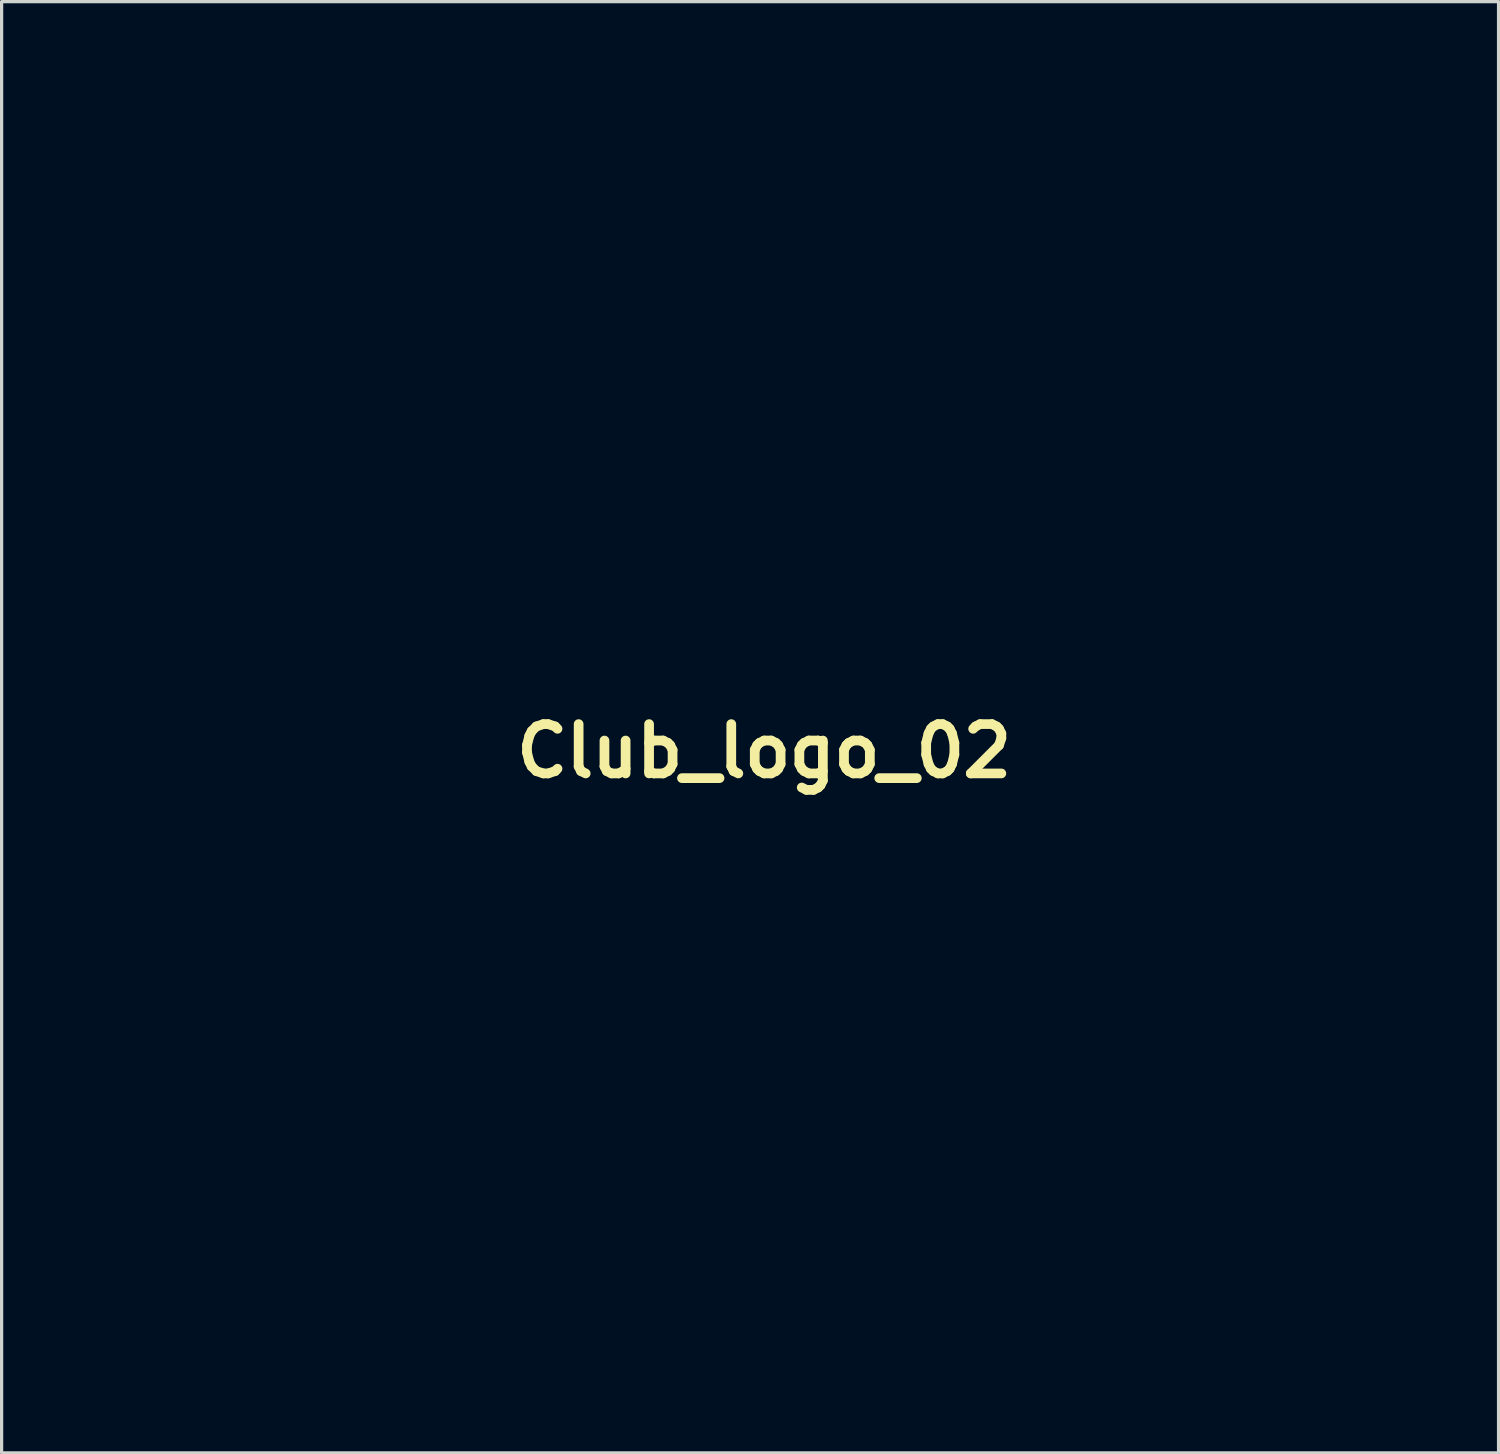
<source format=kicad_pcb>
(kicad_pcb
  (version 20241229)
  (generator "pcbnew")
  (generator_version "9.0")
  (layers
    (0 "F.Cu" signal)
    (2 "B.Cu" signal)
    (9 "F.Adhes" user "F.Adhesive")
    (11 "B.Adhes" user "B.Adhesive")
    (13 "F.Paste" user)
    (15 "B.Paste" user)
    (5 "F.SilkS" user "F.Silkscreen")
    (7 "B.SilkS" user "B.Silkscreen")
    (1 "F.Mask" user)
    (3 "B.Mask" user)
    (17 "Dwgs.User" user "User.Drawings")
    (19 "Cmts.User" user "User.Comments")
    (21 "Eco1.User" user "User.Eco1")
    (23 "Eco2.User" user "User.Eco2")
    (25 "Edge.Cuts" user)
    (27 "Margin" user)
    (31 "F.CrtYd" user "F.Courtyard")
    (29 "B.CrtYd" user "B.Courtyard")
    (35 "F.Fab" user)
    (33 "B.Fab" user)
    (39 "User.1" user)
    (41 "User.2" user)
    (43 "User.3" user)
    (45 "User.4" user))
  (footprint "Club_logo_02"
    (layer "F.Cu")
    (at 20.565 20.162)
    (property "Reference" "Club_logo_02" (at 0 0 0) (layer "F.SilkS") (effects (font (size 1.524 1.524) (thickness 0.3))))
    (attr through_hole)
    (fp_poly (pts (xy -14.354 18.681) (xy -15.627 18.681) (xy -15.627 16.848) (xy -16.187 16.848) (xy -16.187 18.477) (xy -17.408 18.477) (xy -17.408 16.848) (xy -20.412 16.848) (xy -20.412 15.627) (xy -17.408 15.627) (xy -17.408 13.998) (xy -16.187 13.998) (xy -16.187 15.627) (xy -15.627 15.627) (xy -15.627 13.743) (xy -14.354 13.743) (xy -14.354 18.681)) (stroke (width 0.01) (type solid)) (fill yes) (layer "F.Mask"))
    (fp_poly (pts (xy -14.354 8.988) (xy -18.273 11.835) (xy -14.354 11.861) (xy -14.354 13.082) (xy -20.412 13.082) (xy -20.408 11.835) (xy -19.566 11.231) (xy -18.724 10.627) (xy -19.568 9.814) (xy -20.403 9.01) (xy -18.602 9.01) (xy -18.171 9.443) (xy -17.999 9.609) (xy -17.849 9.742) (xy -17.737 9.828) (xy -17.68 9.853) (xy -17.679 9.853) (xy -17.617 9.815) (xy -17.49 9.73) (xy -17.319 9.609) (xy -17.12 9.465) (xy -17.119 9.464) (xy -16.921 9.319) (xy -16.752 9.193) (xy -16.63 9.1) (xy -16.571 9.054) (xy -16.571 9.054) (xy -16.604 9.04) (xy -16.726 9.028) (xy -16.925 9.019) (xy -17.188 9.012) (xy -17.503 9.01) (xy -17.563 9.01) (xy -18.602 9.01) (xy -20.403 9.01) (xy -20.412 9.001) (xy -20.412 7.788) (xy -14.354 7.788) (xy -14.354 8.988)) (stroke (width 0.01) (type solid)) (fill yes) (layer "F.Mask"))
    (fp_poly (pts (xy -18.592 -14.393) (xy -16.772 -14.38) (xy -16.742 -13.643) (xy -16.172 -14.024) (xy -15.602 -14.405) (xy -14.354 -14.405) (xy -14.354 -9.926) (xy -15.625 -9.926) (xy -15.652 -12.874) (xy -16.199 -12.516) (xy -16.747 -12.158) (xy -16.747 -10.18) (xy -18.019 -10.18) (xy -18.019 -10.74) (xy -18.021 -10.965) (xy -18.028 -11.147) (xy -18.036 -11.265) (xy -18.046 -11.3) (xy -18.094 -11.273) (xy -18.214 -11.197) (xy -18.395 -11.081) (xy -18.623 -10.931) (xy -18.888 -10.757) (xy -19.051 -10.648) (xy -19.343 -10.455) (xy -19.617 -10.273) (xy -19.859 -10.114) (xy -20.053 -9.988) (xy -20.185 -9.903) (xy -20.221 -9.881) (xy -20.412 -9.765) (xy -20.412 -13.184) (xy -19.19 -13.184) (xy -19.19 -12.052) (xy -19.05 -12.14) (xy -18.948 -12.205) (xy -18.786 -12.308) (xy -18.591 -12.434) (xy -18.465 -12.515) (xy -18.266 -12.645) (xy -18.137 -12.738) (xy -18.064 -12.81) (xy -18.03 -12.878) (xy -18.021 -12.958) (xy -18.02 -12.993) (xy -18.019 -13.184) (xy -19.19 -13.184) (xy -20.412 -13.184) (xy -20.412 -14.406) (xy -18.592 -14.393)) (stroke (width 0.01) (type solid)) (fill yes) (layer "F.Mask"))
    (fp_poly (pts (xy -7.992 8.29) (xy -7.997 8.393) (xy -8.011 8.574) (xy -8.032 8.81) (xy -8.059 9.079) (xy -8.068 9.168) (xy -8.101 9.504) (xy -8.133 9.872) (xy -8.162 10.229) (xy -8.183 10.524) (xy -8.222 11.147) (xy -8.048 11.18) (xy -7.92 11.191) (xy -7.725 11.194) (xy -7.493 11.188) (xy -7.374 11.182) (xy -7.159 11.173) (xy -6.985 11.174) (xy -6.875 11.184) (xy -6.849 11.194) (xy -6.841 11.264) (xy -6.846 11.409) (xy -6.861 11.61) (xy -6.883 11.843) (xy -6.911 12.087) (xy -6.94 12.318) (xy -6.97 12.516) (xy -6.997 12.658) (xy -7.019 12.722) (xy -7.021 12.723) (xy -7.084 12.736) (xy -7.235 12.754) (xy -7.457 12.776) (xy -7.737 12.801) (xy -8.059 12.827) (xy -8.283 12.844) (xy -8.637 12.871) (xy -8.97 12.897) (xy -9.264 12.921) (xy -9.501 12.942) (xy -9.664 12.957) (xy -9.716 12.963) (xy -9.939 12.993) (xy -9.907 12.109) (xy -9.898 11.817) (xy -9.887 11.448) (xy -9.875 11.025) (xy -9.864 10.571) (xy -9.853 10.112) (xy -9.844 9.684) (xy -9.811 8.144) (xy -7.992 8.144) (xy -7.992 8.29)) (stroke (width 0.01) (type solid)) (fill yes) (layer "F.Mask"))
    (fp_poly (pts (xy 5.109 2.748) (xy 5.583 2.853) (xy 5.997 3.04) (xy 6.347 3.303) (xy 6.629 3.638) (xy 6.836 4.04) (xy 6.965 4.504) (xy 6.976 4.568) (xy 7.003 5.041) (xy 6.944 5.49) (xy 6.806 5.908) (xy 6.599 6.285) (xy 6.331 6.613) (xy 6.011 6.885) (xy 5.647 7.091) (xy 5.249 7.224) (xy 4.825 7.275) (xy 4.384 7.234) (xy 4.238 7.2) (xy 3.849 7.061) (xy 3.514 6.86) (xy 3.297 6.678) (xy 2.999 6.334) (xy 2.784 5.949) (xy 2.651 5.535) (xy 2.599 5.122) (xy 4.131 5.122) (xy 4.185 5.348) (xy 4.293 5.541) (xy 4.445 5.688) (xy 4.629 5.775) (xy 4.835 5.789) (xy 5.052 5.716) (xy 5.081 5.699) (xy 5.255 5.538) (xy 5.375 5.314) (xy 5.428 5.059) (xy 5.421 4.896) (xy 5.353 4.686) (xy 5.228 4.498) (xy 5.068 4.355) (xy 4.896 4.281) (xy 4.84 4.276) (xy 4.577 4.319) (xy 4.366 4.445) (xy 4.228 4.626) (xy 4.142 4.877) (xy 4.131 5.122) (xy 2.599 5.122) (xy 2.597 5.107) (xy 2.62 4.676) (xy 2.72 4.256) (xy 2.892 3.861) (xy 3.137 3.504) (xy 3.451 3.197) (xy 3.833 2.955) (xy 3.843 2.95) (xy 4.206 2.803) (xy 4.562 2.733) (xy 4.947 2.732) (xy 5.109 2.748)) (stroke (width 0.01) (type solid)) (fill yes) (layer "F.Mask"))
    (fp_poly (pts (xy -17.346 -19.492) (xy -17.332 -18.827) (xy -16.445 -19.492) (xy -15.559 -20.157) (xy -14.354 -20.157) (xy -14.355 -18.719) (xy -14.357 -18.327) (xy -14.362 -17.951) (xy -14.371 -17.609) (xy -14.381 -17.317) (xy -14.394 -17.092) (xy -14.408 -16.952) (xy -14.408 -16.95) (xy -14.524 -16.505) (xy -14.723 -16.113) (xy -14.962 -15.813) (xy -15.297 -15.52) (xy -15.67 -15.315) (xy -16.071 -15.193) (xy -16.285 -15.15) (xy -16.444 -15.131) (xy -16.591 -15.133) (xy -16.769 -15.155) (xy -16.869 -15.172) (xy -17.242 -15.281) (xy -17.605 -15.474) (xy -17.937 -15.732) (xy -18.213 -16.039) (xy -18.403 -16.356) (xy -18.481 -16.546) (xy -18.54 -16.741) (xy -18.582 -16.959) (xy -18.609 -17.219) (xy -18.61 -17.245) (xy -17.369 -17.245) (xy -17.34 -17.068) (xy -17.26 -16.845) (xy -17.107 -16.638) (xy -16.91 -16.483) (xy -16.89 -16.473) (xy -16.662 -16.406) (xy -16.401 -16.403) (xy -16.148 -16.461) (xy -15.97 -16.556) (xy -15.845 -16.663) (xy -15.754 -16.777) (xy -15.692 -16.915) (xy -15.655 -17.095) (xy -15.638 -17.335) (xy -15.636 -17.653) (xy -15.638 -17.792) (xy -15.652 -18.535) (xy -16.511 -17.89) (xy -17.369 -17.245) (xy -18.61 -17.245) (xy -18.624 -17.54) (xy -18.63 -17.939) (xy -18.63 -18.052) (xy -18.63 -18.935) (xy -20.412 -18.935) (xy -20.412 -20.157) (xy -17.36 -20.157) (xy -17.346 -19.492)) (stroke (width 0.01) (type solid)) (fill yes) (layer "F.Mask"))
    (fp_poly (pts (xy -10.625 8.144) (xy -10.39 8.176) (xy -10.212 8.223) (xy -10.112 8.285) (xy -10.107 8.293) (xy -10.103 8.357) (xy -10.113 8.5) (xy -10.133 8.702) (xy -10.161 8.941) (xy -10.195 9.196) (xy -10.232 9.446) (xy -10.256 9.596) (xy -10.282 9.749) (xy -10.677 9.749) (xy -11.06 9.786) (xy -11.384 9.894) (xy -11.642 10.067) (xy -11.827 10.3) (xy -11.931 10.588) (xy -11.944 10.669) (xy -11.943 10.953) (xy -11.865 11.173) (xy -11.705 11.338) (xy -11.575 11.41) (xy -11.335 11.479) (xy -11.07 11.481) (xy -10.762 11.413) (xy -10.507 11.322) (xy -10.346 11.259) (xy -10.226 11.214) (xy -10.174 11.198) (xy -10.171 11.246) (xy -10.175 11.373) (xy -10.186 11.561) (xy -10.202 11.788) (xy -10.222 12.033) (xy -10.243 12.277) (xy -10.264 12.497) (xy -10.283 12.674) (xy -10.299 12.786) (xy -10.305 12.812) (xy -10.37 12.867) (xy -10.515 12.928) (xy -10.714 12.989) (xy -10.947 13.043) (xy -11.19 13.086) (xy -11.42 13.11) (xy -11.427 13.11) (xy -11.828 13.106) (xy -12.109 13.056) (xy -12.544 12.884) (xy -12.919 12.636) (xy -13.225 12.32) (xy -13.456 11.945) (xy -13.603 11.519) (xy -13.636 11.337) (xy -13.658 10.932) (xy -13.622 10.491) (xy -13.535 10.048) (xy -13.403 9.637) (xy -13.261 9.34) (xy -12.969 8.936) (xy -12.604 8.601) (xy -12.176 8.342) (xy -11.932 8.24) (xy -11.723 8.185) (xy -11.466 8.148) (xy -11.184 8.13) (xy -10.897 8.128) (xy -10.625 8.144)) (stroke (width 0.01) (type solid)) (fill yes) (layer "F.Mask"))
    (fp_poly (pts (xy -2.559 9.353) (xy -2.579 9.863) (xy -2.613 10.296) (xy -2.662 10.673) (xy -2.732 11.02) (xy -2.826 11.358) (xy -2.896 11.569) (xy -3.09 12.029) (xy -3.328 12.436) (xy -3.601 12.778) (xy -3.899 13.04) (xy -4.106 13.165) (xy -4.432 13.277) (xy -4.796 13.327) (xy -5.158 13.31) (xy -5.43 13.245) (xy -5.781 13.072) (xy -6.077 12.824) (xy -6.318 12.496) (xy -6.51 12.084) (xy -6.649 11.605) (xy -6.689 11.354) (xy -6.718 11.026) (xy -6.734 10.646) (xy -6.737 10.24) (xy -6.729 9.831) (xy -6.708 9.446) (xy -6.675 9.107) (xy -6.654 8.966) (xy -6.616 8.757) (xy -6.582 8.589) (xy -6.555 8.485) (xy -6.546 8.464) (xy -6.489 8.457) (xy -6.348 8.455) (xy -6.141 8.459) (xy -5.887 8.467) (xy -5.729 8.474) (xy -5.415 8.491) (xy -5.191 8.508) (xy -5.045 8.527) (xy -4.965 8.55) (xy -4.938 8.578) (xy -4.937 8.581) (xy -4.945 8.657) (xy -4.965 8.81) (xy -4.996 9.016) (xy -5.024 9.199) (xy -5.066 9.547) (xy -5.096 9.962) (xy -5.111 10.41) (xy -5.113 10.562) (xy -5.109 10.959) (xy -5.094 11.268) (xy -5.065 11.507) (xy -5.02 11.688) (xy -4.957 11.828) (xy -4.921 11.882) (xy -4.82 11.952) (xy -4.7 11.936) (xy -4.584 11.844) (xy -4.518 11.739) (xy -4.439 11.519) (xy -4.367 11.218) (xy -4.305 10.854) (xy -4.255 10.447) (xy -4.219 10.017) (xy -4.199 9.584) (xy -4.197 9.166) (xy -4.207 8.895) (xy -4.24 8.348) (xy -2.533 8.348) (xy -2.559 9.353)) (stroke (width 0.01) (type solid)) (fill yes) (layer "F.Mask"))
    (fp_poly (pts (xy -16.747 2.851) (xy -16.744 3.026) (xy -16.735 3.153) (xy -16.723 3.207) (xy -16.723 3.207) (xy -16.673 3.18) (xy -16.556 3.108) (xy -16.388 3.001) (xy -16.186 2.869) (xy -16.158 2.851) (xy -15.617 2.494) (xy -14.353 2.494) (xy -14.366 4.721) (xy -14.38 6.948) (xy -15.003 6.962) (xy -15.627 6.977) (xy -15.627 5.499) (xy -15.628 5.123) (xy -15.63 4.782) (xy -15.634 4.489) (xy -15.639 4.257) (xy -15.645 4.098) (xy -15.652 4.025) (xy -15.654 4.021) (xy -15.704 4.048) (xy -15.822 4.121) (xy -15.99 4.23) (xy -16.191 4.363) (xy -16.214 4.379) (xy -16.747 4.736) (xy -16.747 6.719) (xy -18.019 6.719) (xy -18.019 6.159) (xy -18.022 5.934) (xy -18.03 5.752) (xy -18.042 5.634) (xy -18.054 5.599) (xy -18.104 5.626) (xy -18.227 5.702) (xy -18.41 5.819) (xy -18.642 5.969) (xy -18.91 6.145) (xy -19.11 6.277) (xy -19.404 6.472) (xy -19.677 6.653) (xy -19.915 6.811) (xy -20.104 6.936) (xy -20.231 7.019) (xy -20.272 7.046) (xy -20.412 7.138) (xy -20.412 3.716) (xy -19.19 3.716) (xy -19.19 4.279) (xy -19.187 4.532) (xy -19.179 4.696) (xy -19.163 4.784) (xy -19.137 4.808) (xy -19.126 4.804) (xy -19.061 4.762) (xy -18.93 4.676) (xy -18.752 4.559) (xy -18.546 4.422) (xy -18.541 4.418) (xy -18.322 4.271) (xy -18.175 4.164) (xy -18.085 4.085) (xy -18.039 4.019) (xy -18.021 3.951) (xy -18.019 3.893) (xy -18.019 3.716) (xy -19.19 3.716) (xy -20.412 3.716) (xy -20.412 2.494) (xy -16.747 2.494) (xy -16.747 2.851)) (stroke (width 0.01) (type solid)) (fill yes) (layer "F.Mask"))
    (fp_poly (pts (xy -0.115 8.131) (xy 0.381 8.23) (xy 0.821 8.408) (xy 0.917 8.462) (xy 1.176 8.666) (xy 1.369 8.919) (xy 1.497 9.204) (xy 1.557 9.505) (xy 1.55 9.806) (xy 1.474 10.089) (xy 1.33 10.339) (xy 1.117 10.54) (xy 1.001 10.607) (xy 0.858 10.679) (xy 1.114 10.818) (xy 1.385 11.019) (xy 1.586 11.277) (xy 1.711 11.574) (xy 1.757 11.891) (xy 1.718 12.211) (xy 1.59 12.514) (xy 1.56 12.562) (xy 1.348 12.79) (xy 1.05 12.975) (xy 0.671 13.114) (xy 0.219 13.207) (xy -0.299 13.251) (xy -0.814 13.247) (xy -1.229 13.209) (xy -1.633 13.136) (xy -1.983 13.036) (xy -2.015 13.025) (xy -2.292 12.921) (xy -2.286 11.924) (xy -0.662 11.924) (xy -0.454 11.897) (xy -0.296 11.857) (xy -0.167 11.795) (xy -0.149 11.78) (xy -0.069 11.643) (xy -0.051 11.504) (xy -0.088 11.317) (xy -0.202 11.191) (xy -0.399 11.12) (xy -0.454 11.111) (xy -0.662 11.083) (xy -0.662 11.924) (xy -2.286 11.924) (xy -2.278 10.673) (xy -2.275 10.033) (xy -0.662 10.033) (xy -0.66 10.217) (xy -0.649 10.322) (xy -0.62 10.37) (xy -0.565 10.383) (xy -0.522 10.384) (xy -0.383 10.357) (xy -0.231 10.291) (xy -0.216 10.283) (xy -0.105 10.198) (xy -0.059 10.099) (xy -0.051 9.98) (xy -0.091 9.792) (xy -0.203 9.668) (xy -0.377 9.621) (xy -0.389 9.62) (xy -0.524 9.63) (xy -0.606 9.673) (xy -0.647 9.769) (xy -0.661 9.938) (xy -0.662 10.033) (xy -2.275 10.033) (xy -2.265 8.424) (xy -1.858 8.309) (xy -1.242 8.17) (xy -0.659 8.111) (xy -0.115 8.131)) (stroke (width 0.01) (type solid)) (fill yes) (layer "F.Mask"))
    (fp_poly (pts (xy 18.116 2.539) (xy 18.558 2.693) (xy 18.935 2.923) (xy 19.246 3.228) (xy 19.488 3.608) (xy 19.511 3.655) (xy 19.588 3.833) (xy 19.638 3.991) (xy 19.668 4.163) (xy 19.685 4.387) (xy 19.69 4.509) (xy 19.684 4.997) (xy 19.622 5.415) (xy 19.497 5.782) (xy 19.303 6.117) (xy 19.035 6.437) (xy 18.666 6.758) (xy 18.24 7.008) (xy 17.752 7.189) (xy 17.195 7.304) (xy 16.594 7.353) (xy 16.341 7.359) (xy 16.117 7.361) (xy 15.946 7.358) (xy 15.853 7.35) (xy 15.851 7.35) (xy 15.828 7.343) (xy 15.809 7.331) (xy 15.792 7.306) (xy 15.779 7.261) (xy 15.77 7.188) (xy 15.763 7.081) (xy 15.76 6.931) (xy 15.76 6.732) (xy 15.762 6.476) (xy 15.768 6.157) (xy 15.775 5.833) (xy 17.413 5.833) (xy 17.414 5.962) (xy 17.422 6.006) (xy 17.49 5.985) (xy 17.609 5.931) (xy 17.652 5.91) (xy 17.901 5.73) (xy 18.089 5.491) (xy 18.213 5.211) (xy 18.267 4.912) (xy 18.246 4.613) (xy 18.147 4.336) (xy 18.042 4.18) (xy 17.941 4.09) (xy 17.808 4.007) (xy 17.674 3.945) (xy 17.57 3.92) (xy 17.534 3.93) (xy 17.521 3.988) (xy 17.506 4.127) (xy 17.489 4.329) (xy 17.471 4.576) (xy 17.455 4.848) (xy 17.44 5.129) (xy 17.427 5.399) (xy 17.418 5.64) (xy 17.413 5.833) (xy 15.775 5.833) (xy 15.776 5.766) (xy 15.788 5.297) (xy 15.802 4.742) (xy 15.819 4.094) (xy 15.823 3.945) (xy 15.856 2.672) (xy 16.205 2.585) (xy 16.421 2.541) (xy 16.691 2.501) (xy 16.965 2.471) (xy 17.046 2.464) (xy 17.611 2.463) (xy 18.116 2.539)) (stroke (width 0.01) (type solid)) (fill yes) (layer "F.Mask"))
    (fp_poly (pts (xy -12.653 2.314) (xy -12.318 2.33) (xy -12.072 2.344) (xy -11.902 2.361) (xy -11.795 2.384) (xy -11.737 2.415) (xy -11.716 2.46) (xy -11.718 2.52) (xy -11.725 2.56) (xy -11.739 2.678) (xy -11.757 2.869) (xy -11.774 3.102) (xy -11.786 3.283) (xy -11.82 3.843) (xy -11.324 3.08) (xy -11.164 2.834) (xy -11.024 2.619) (xy -10.913 2.449) (xy -10.841 2.338) (xy -10.815 2.301) (xy -10.76 2.295) (xy -10.625 2.299) (xy -10.43 2.31) (xy -10.195 2.327) (xy -9.94 2.348) (xy -9.685 2.371) (xy -9.449 2.395) (xy -9.253 2.417) (xy -9.117 2.437) (xy -9.061 2.452) (xy -9.061 2.453) (xy -9.089 2.503) (xy -9.17 2.625) (xy -9.296 2.806) (xy -9.459 3.037) (xy -9.651 3.306) (xy -9.865 3.601) (xy -9.876 3.617) (xy -10.691 4.74) (xy -10.003 5.937) (xy -9.822 6.254) (xy -9.658 6.542) (xy -9.519 6.79) (xy -9.411 6.985) (xy -9.341 7.116) (xy -9.315 7.172) (xy -9.315 7.172) (xy -9.362 7.194) (xy -9.492 7.228) (xy -9.685 7.269) (xy -9.923 7.314) (xy -9.989 7.325) (xy -10.251 7.37) (xy -10.486 7.411) (xy -10.672 7.444) (xy -10.784 7.464) (xy -10.794 7.466) (xy -10.846 7.469) (xy -10.9 7.448) (xy -10.965 7.393) (xy -11.052 7.292) (xy -11.171 7.135) (xy -11.332 6.91) (xy -11.43 6.771) (xy -11.936 6.05) (xy -11.966 6.766) (xy -11.98 7.027) (xy -11.996 7.251) (xy -12.013 7.419) (xy -12.029 7.511) (xy -12.034 7.521) (xy -12.095 7.536) (xy -12.232 7.551) (xy -12.425 7.566) (xy -12.65 7.579) (xy -12.884 7.589) (xy -13.105 7.595) (xy -13.29 7.597) (xy -13.417 7.594) (xy -13.462 7.584) (xy -13.464 7.53) (xy -13.464 7.384) (xy -13.461 7.154) (xy -13.457 6.852) (xy -13.452 6.487) (xy -13.445 6.067) (xy -13.436 5.603) (xy -13.426 5.105) (xy -13.423 4.92) (xy -13.369 2.282) (xy -12.653 2.314)) (stroke (width 0.01) (type solid)) (fill yes) (layer "F.Mask"))
    (fp_poly (pts (xy -17.358 -8.475) (xy -17.356 -8.234) (xy -17.351 -8.035) (xy -17.343 -7.897) (xy -17.334 -7.839) (xy -17.333 -7.839) (xy -17.287 -7.868) (xy -17.173 -7.95) (xy -17.002 -8.076) (xy -16.788 -8.236) (xy -16.542 -8.422) (xy -16.472 -8.475) (xy -15.635 -9.111) (xy -14.354 -9.111) (xy -14.355 -7.673) (xy -14.357 -7.158) (xy -14.363 -6.733) (xy -14.375 -6.384) (xy -14.394 -6.099) (xy -14.422 -5.867) (xy -14.459 -5.673) (xy -14.506 -5.507) (xy -14.566 -5.355) (xy -14.595 -5.294) (xy -14.768 -5.015) (xy -15.01 -4.739) (xy -15.291 -4.493) (xy -15.58 -4.309) (xy -15.601 -4.298) (xy -15.743 -4.232) (xy -15.865 -4.189) (xy -15.996 -4.164) (xy -16.164 -4.152) (xy -16.397 -4.149) (xy -16.492 -4.148) (xy -16.756 -4.151) (xy -16.946 -4.16) (xy -17.09 -4.182) (xy -17.216 -4.219) (xy -17.351 -4.277) (xy -17.369 -4.285) (xy -17.656 -4.455) (xy -17.936 -4.685) (xy -18.177 -4.943) (xy -18.313 -5.139) (xy -18.389 -5.273) (xy -18.443 -5.365) (xy -18.458 -5.388) (xy -18.5 -5.364) (xy -18.612 -5.286) (xy -18.782 -5.163) (xy -18.998 -5.002) (xy -19.249 -4.813) (xy -19.414 -4.688) (xy -19.682 -4.485) (xy -19.923 -4.304) (xy -20.125 -4.154) (xy -20.276 -4.043) (xy -20.365 -3.981) (xy -20.384 -3.97) (xy -20.394 -4.018) (xy -20.402 -4.15) (xy -20.408 -4.349) (xy -20.411 -4.597) (xy -20.412 -4.731) (xy -20.412 -5.492) (xy -19.69 -6.036) (xy -17.355 -6.036) (xy -17.325 -5.938) (xy -17.265 -5.822) (xy -17.242 -5.781) (xy -17.067 -5.57) (xy -16.838 -5.428) (xy -16.576 -5.362) (xy -16.306 -5.377) (xy -16.051 -5.477) (xy -16.013 -5.502) (xy -15.874 -5.608) (xy -15.773 -5.721) (xy -15.704 -5.858) (xy -15.661 -6.037) (xy -15.64 -6.273) (xy -15.636 -6.586) (xy -15.638 -6.77) (xy -15.652 -7.54) (xy -16.505 -6.893) (xy -16.807 -6.662) (xy -17.034 -6.482) (xy -17.196 -6.34) (xy -17.298 -6.226) (xy -17.349 -6.129) (xy -17.355 -6.036) (xy -19.69 -6.036) (xy -19.521 -6.163) (xy -18.63 -6.835) (xy -18.63 -7.89) (xy -20.412 -7.89) (xy -20.412 -9.111) (xy -17.358 -9.111) (xy -17.358 -8.475)) (stroke (width 0.01) (type solid)) (fill yes) (layer "F.Mask"))
    (fp_poly (pts (xy -16.879 -3.405) (xy -16.394 -3.317) (xy -15.96 -3.16) (xy -15.564 -2.929) (xy -15.187 -2.617) (xy -15.116 -2.547) (xy -14.77 -2.146) (xy -14.515 -1.719) (xy -14.344 -1.253) (xy -14.254 -0.736) (xy -14.236 -0.331) (xy -14.278 0.199) (xy -14.4 0.704) (xy -14.594 1.165) (xy -14.854 1.566) (xy -14.948 1.676) (xy -15.162 1.909) (xy -15.595 1.48) (xy -16.028 1.051) (xy -15.902 0.901) (xy -15.816 0.785) (xy -15.723 0.638) (xy -15.641 0.491) (xy -15.587 0.375) (xy -15.576 0.333) (xy -15.625 0.327) (xy -15.764 0.321) (xy -15.983 0.316) (xy -16.268 0.311) (xy -16.61 0.308) (xy -16.997 0.306) (xy -17.383 0.305) (xy -17.881 0.306) (xy -18.284 0.309) (xy -18.602 0.313) (xy -18.843 0.32) (xy -19.014 0.329) (xy -19.123 0.341) (xy -19.178 0.356) (xy -19.19 0.369) (xy -19.161 0.462) (xy -19.087 0.602) (xy -18.987 0.756) (xy -18.881 0.892) (xy -18.869 0.905) (xy -18.762 1.021) (xy -19.191 1.452) (xy -19.361 1.62) (xy -19.506 1.757) (xy -19.61 1.849) (xy -19.658 1.883) (xy -19.706 1.846) (xy -19.793 1.747) (xy -19.897 1.616) (xy -20.195 1.142) (xy -20.404 0.638) (xy -20.526 0.114) (xy -20.56 -0.417) (xy -20.51 -0.916) (xy -19.238 -0.916) (xy -18.019 -0.916) (xy -18.019 -1.502) (xy -16.747 -1.502) (xy -16.747 -0.916) (xy -16.161 -0.916) (xy -15.889 -0.921) (xy -15.697 -0.933) (xy -15.593 -0.954) (xy -15.576 -0.969) (xy -15.608 -1.087) (xy -15.692 -1.251) (xy -15.811 -1.434) (xy -15.947 -1.608) (xy -16.058 -1.724) (xy -16.247 -1.877) (xy -16.44 -1.998) (xy -16.61 -2.072) (xy -16.694 -2.087) (xy -16.719 -2.038) (xy -16.736 -1.895) (xy -16.745 -1.668) (xy -16.747 -1.502) (xy -18.019 -1.502) (xy -18.024 -1.774) (xy -18.036 -1.966) (xy -18.057 -2.07) (xy -18.072 -2.087) (xy -18.188 -2.055) (xy -18.351 -1.972) (xy -18.532 -1.855) (xy -18.704 -1.723) (xy -18.817 -1.615) (xy -18.975 -1.434) (xy -19.082 -1.279) (xy -19.163 -1.113) (xy -19.189 -1.047) (xy -19.238 -0.916) (xy -20.51 -0.916) (xy -20.507 -0.942) (xy -20.367 -1.451) (xy -20.142 -1.931) (xy -19.831 -2.37) (xy -19.74 -2.471) (xy -19.399 -2.789) (xy -19.025 -3.039) (xy -18.589 -3.238) (xy -18.451 -3.288) (xy -18.254 -3.351) (xy -18.08 -3.393) (xy -17.895 -3.417) (xy -17.668 -3.428) (xy -17.434 -3.431) (xy -16.879 -3.405)) (stroke (width 0.01) (type solid)) (fill yes) (layer "F.Mask"))
    (fp_poly (pts (xy -1.68 -9.73) (xy -3.207 -8.748) (xy -3.559 -8.521) (xy -3.883 -8.311) (xy -4.168 -8.124) (xy -4.405 -7.966) (xy -4.585 -7.845) (xy -4.698 -7.766) (xy -4.734 -7.737) (xy -4.689 -7.708) (xy -4.576 -7.667) (xy -4.493 -7.643) (xy -3.873 -7.431) (xy -3.275 -7.136) (xy -2.718 -6.772) (xy -2.223 -6.35) (xy -1.92 -6.022) (xy -1.711 -5.731) (xy -1.505 -5.373) (xy -1.319 -4.983) (xy -1.171 -4.596) (xy -1.113 -4.403) (xy -1.037 -4.005) (xy -0.999 -3.559) (xy -1.001 -3.101) (xy -1.041 -2.667) (xy -1.113 -2.316) (xy -1.344 -1.681) (xy -1.666 -1.086) (xy -2.075 -0.535) (xy -2.565 -0.033) (xy -3.132 0.417) (xy -3.771 0.809) (xy -4.478 1.14) (xy -4.91 1.299) (xy -5.287 1.416) (xy -5.647 1.505) (xy -6.015 1.57) (xy -6.415 1.614) (xy -6.871 1.641) (xy -7.304 1.653) (xy -7.626 1.657) (xy -7.922 1.659) (xy -8.174 1.659) (xy -8.362 1.656) (xy -8.469 1.65) (xy -8.475 1.65) (xy -8.6 1.632) (xy -8.787 1.607) (xy -9 1.578) (xy -9.029 1.574) (xy -9.645 1.458) (xy -10.299 1.276) (xy -10.961 1.039) (xy -11.604 0.758) (xy -12.201 0.444) (xy -12.717 0.114) (xy -12.969 -0.074) (xy -13.208 -0.264) (xy -13.421 -0.446) (xy -13.594 -0.607) (xy -13.716 -0.736) (xy -13.773 -0.822) (xy -13.775 -0.843) (xy -13.743 -0.899) (xy -13.663 -1.029) (xy -13.544 -1.222) (xy -13.392 -1.466) (xy -13.214 -1.75) (xy -13.018 -2.061) (xy -12.812 -2.388) (xy -12.602 -2.719) (xy -12.396 -3.044) (xy -12.202 -3.35) (xy -12.026 -3.625) (xy -11.877 -3.858) (xy -11.76 -4.038) (xy -11.685 -4.153) (xy -11.658 -4.19) (xy -11.603 -4.181) (xy -11.49 -4.12) (xy -11.34 -4.019) (xy -11.294 -3.985) (xy -10.864 -3.702) (xy -10.382 -3.459) (xy -9.869 -3.26) (xy -9.345 -3.113) (xy -8.832 -3.024) (xy -8.352 -2.998) (xy -8.032 -3.024) (xy -7.736 -3.112) (xy -7.487 -3.273) (xy -7.296 -3.488) (xy -7.173 -3.743) (xy -7.131 -4.021) (xy -7.175 -4.294) (xy -7.276 -4.476) (xy -7.446 -4.659) (xy -7.653 -4.815) (xy -7.868 -4.918) (xy -7.913 -4.932) (xy -8.04 -4.95) (xy -8.252 -4.966) (xy -8.532 -4.978) (xy -8.864 -4.986) (xy -9.21 -4.988) (xy -10.282 -4.988) (xy -10.282 -7.976) (xy -8.971 -8.849) (xy -7.661 -9.722) (xy -10.219 -9.722) (xy -12.776 -9.722) (xy -12.776 -14.507) (xy -1.68 -14.507) (xy -1.68 -9.73)) (stroke (width 0.01) (type solid)) (fill yes) (layer "F.Mask"))
    (fp_poly (pts (xy 8.768 -14.838) (xy 9.21 -14.821) (xy 9.605 -14.787) (xy 9.899 -14.743) (xy 10.748 -14.53) (xy 11.535 -14.24) (xy 12.269 -13.867) (xy 12.958 -13.408) (xy 13.612 -12.857) (xy 13.823 -12.652) (xy 14.337 -12.095) (xy 14.77 -11.527) (xy 15.138 -10.922) (xy 15.456 -10.256) (xy 15.599 -9.9) (xy 15.769 -9.433) (xy 15.902 -9.01) (xy 16.003 -8.607) (xy 16.075 -8.203) (xy 16.123 -7.772) (xy 16.15 -7.293) (xy 16.16 -6.742) (xy 16.16 -6.592) (xy 16.154 -6.019) (xy 16.131 -5.524) (xy 16.089 -5.084) (xy 16.024 -4.675) (xy 15.93 -4.274) (xy 15.805 -3.858) (xy 15.645 -3.404) (xy 15.599 -3.283) (xy 15.299 -2.578) (xy 14.957 -1.947) (xy 14.558 -1.364) (xy 14.086 -0.804) (xy 13.823 -0.531) (xy 13.192 0.042) (xy 12.534 0.523) (xy 11.838 0.917) (xy 11.09 1.232) (xy 10.28 1.474) (xy 10.017 1.534) (xy 9.742 1.579) (xy 9.394 1.616) (xy 9 1.642) (xy 8.588 1.658) (xy 8.184 1.662) (xy 7.818 1.654) (xy 7.517 1.632) (xy 7.458 1.625) (xy 6.613 1.459) (xy 5.804 1.201) (xy 5.036 0.856) (xy 4.315 0.43) (xy 3.645 -0.072) (xy 3.034 -0.645) (xy 2.485 -1.283) (xy 2.004 -1.982) (xy 1.597 -2.736) (xy 1.269 -3.54) (xy 1.026 -4.388) (xy 0.968 -4.665) (xy 0.845 -5.511) (xy 0.794 -6.383) (xy 0.8 -6.679) (xy 6.728 -6.679) (xy 6.733 -6.363) (xy 6.762 -5.806) (xy 6.816 -5.335) (xy 6.9 -4.936) (xy 7.017 -4.597) (xy 7.173 -4.303) (xy 7.37 -4.042) (xy 7.455 -3.95) (xy 7.758 -3.698) (xy 8.084 -3.535) (xy 8.421 -3.465) (xy 8.758 -3.489) (xy 9.045 -3.591) (xy 9.369 -3.807) (xy 9.654 -4.109) (xy 9.892 -4.486) (xy 10.077 -4.927) (xy 10.166 -5.248) (xy 10.211 -5.527) (xy 10.241 -5.88) (xy 10.257 -6.281) (xy 10.257 -6.703) (xy 10.244 -7.12) (xy 10.216 -7.506) (xy 10.174 -7.834) (xy 10.14 -8.004) (xy 10.026 -8.394) (xy 9.89 -8.714) (xy 9.717 -8.992) (xy 9.547 -9.199) (xy 9.247 -9.472) (xy 8.929 -9.646) (xy 8.601 -9.722) (xy 8.269 -9.699) (xy 7.939 -9.577) (xy 7.618 -9.356) (xy 7.41 -9.153) (xy 7.188 -8.867) (xy 7.013 -8.545) (xy 6.882 -8.177) (xy 6.793 -7.75) (xy 6.742 -7.255) (xy 6.728 -6.679) (xy 0.8 -6.679) (xy 0.813 -7.258) (xy 0.902 -8.115) (xy 1.06 -8.933) (xy 1.227 -9.524) (xy 1.551 -10.354) (xy 1.957 -11.13) (xy 2.438 -11.846) (xy 2.99 -12.499) (xy 3.608 -13.083) (xy 4.284 -13.594) (xy 5.016 -14.026) (xy 5.795 -14.375) (xy 6.619 -14.636) (xy 7.101 -14.742) (xy 7.446 -14.791) (xy 7.857 -14.823) (xy 8.308 -14.839) (xy 8.768 -14.838)) (stroke (width 0.01) (type solid)) (fill yes) (layer "F.Mask"))
    (fp_poly (pts (xy 14.022 2.363) (xy 14.472 2.487) (xy 14.852 2.682) (xy 15.161 2.949) (xy 15.398 3.286) (xy 15.429 3.347) (xy 15.486 3.481) (xy 15.522 3.618) (xy 15.541 3.787) (xy 15.547 4.02) (xy 15.548 4.098) (xy 15.528 4.475) (xy 15.462 4.781) (xy 15.337 5.039) (xy 15.142 5.273) (xy 14.897 5.484) (xy 14.753 5.595) (xy 15.572 7.05) (xy 15.434 7.085) (xy 15.332 7.108) (xy 15.155 7.144) (xy 14.926 7.19) (xy 14.669 7.239) (xy 14.643 7.244) (xy 13.99 7.368) (xy 13.942 7.26) (xy 13.907 7.172) (xy 13.847 7.01) (xy 13.768 6.798) (xy 13.681 6.557) (xy 13.675 6.541) (xy 13.456 5.93) (xy 13.243 5.914) (xy 13.031 5.899) (xy 13.03 6.347) (xy 13.026 6.592) (xy 13.016 6.835) (xy 13.001 7.031) (xy 12.998 7.063) (xy 12.966 7.33) (xy 12.209 7.33) (xy 11.917 7.329) (xy 11.712 7.326) (xy 11.578 7.318) (xy 11.501 7.303) (xy 11.464 7.279) (xy 11.453 7.244) (xy 11.453 7.228) (xy 11.45 7.184) (xy 11.434 7.153) (xy 11.389 7.137) (xy 11.304 7.133) (xy 11.163 7.144) (xy 10.955 7.168) (xy 10.666 7.206) (xy 10.51 7.227) (xy 10.244 7.26) (xy 10.014 7.286) (xy 9.839 7.302) (xy 9.737 7.306) (xy 9.721 7.303) (xy 9.691 7.246) (xy 9.647 7.116) (xy 9.599 6.94) (xy 9.595 6.921) (xy 9.507 6.562) (xy 9.119 6.577) (xy 8.732 6.592) (xy 8.581 7.34) (xy 8.35 7.311) (xy 8.209 7.296) (xy 7.996 7.274) (xy 7.739 7.248) (xy 7.466 7.223) (xy 7.457 7.222) (xy 7.21 7.199) (xy 7.003 7.178) (xy 6.855 7.163) (xy 6.786 7.154) (xy 6.783 7.153) (xy 6.793 7.103) (xy 6.83 6.968) (xy 6.889 6.758) (xy 6.969 6.486) (xy 7.064 6.163) (xy 7.171 5.801) (xy 7.288 5.411) (xy 7.291 5.402) (xy 8.916 5.402) (xy 8.953 5.435) (xy 9.057 5.446) (xy 9.13 5.446) (xy 9.272 5.443) (xy 9.335 5.421) (xy 9.345 5.366) (xy 9.335 5.307) (xy 9.31 5.188) (xy 9.27 5.008) (xy 9.223 4.803) (xy 9.219 4.785) (xy 9.13 4.403) (xy 9.04 4.81) (xy 8.994 5.017) (xy 8.954 5.196) (xy 8.927 5.317) (xy 8.923 5.332) (xy 8.916 5.402) (xy 7.291 5.402) (xy 7.41 5.006) (xy 7.534 4.595) (xy 7.657 4.192) (xy 7.775 3.808) (xy 7.884 3.454) (xy 7.981 3.142) (xy 8.062 2.884) (xy 8.125 2.691) (xy 8.164 2.574) (xy 8.177 2.545) (xy 8.24 2.53) (xy 8.387 2.513) (xy 8.603 2.496) (xy 8.87 2.48) (xy 9.165 2.467) (xy 10.109 2.431) (xy 10.768 4.713) (xy 10.921 5.244) (xy 11.05 5.684) (xy 11.155 6.04) (xy 11.239 6.321) (xy 11.306 6.532) (xy 11.356 6.682) (xy 11.394 6.777) (xy 11.421 6.825) (xy 11.439 6.833) (xy 11.451 6.807) (xy 11.459 6.768) (xy 11.467 6.666) (xy 11.476 6.476) (xy 11.486 6.209) (xy 11.496 5.879) (xy 11.507 5.498) (xy 11.517 5.079) (xy 11.523 4.785) (xy 13.095 4.785) (xy 13.269 4.785) (xy 13.427 4.761) (xy 13.603 4.701) (xy 13.643 4.682) (xy 13.835 4.535) (xy 13.952 4.34) (xy 13.989 4.122) (xy 13.942 3.902) (xy 13.81 3.705) (xy 13.798 3.694) (xy 13.66 3.601) (xy 13.491 3.54) (xy 13.327 3.518) (xy 13.207 3.546) (xy 13.203 3.548) (xy 13.177 3.615) (xy 13.153 3.767) (xy 13.132 3.986) (xy 13.121 4.187) (xy 13.095 4.785) (xy 11.523 4.785) (xy 11.526 4.634) (xy 11.527 4.581) (xy 11.536 4.145) (xy 11.545 3.741) (xy 11.553 3.382) (xy 11.562 3.077) (xy 11.57 2.839) (xy 11.576 2.678) (xy 11.582 2.605) (xy 11.583 2.603) (xy 11.663 2.564) (xy 11.822 2.517) (xy 12.041 2.467) (xy 12.296 2.418) (xy 12.568 2.375) (xy 12.834 2.341) (xy 12.915 2.333) (xy 13.502 2.312) (xy 14.022 2.363)) (stroke (width 0.01) (type solid)) (fill yes) (layer "F.Mask"))
    (fp_poly (pts (xy 0.76 2.373) (xy 1.212 2.452) (xy 1.603 2.584) (xy 1.671 2.617) (xy 1.95 2.805) (xy 2.167 3.045) (xy 2.322 3.322) (xy 2.411 3.62) (xy 2.433 3.922) (xy 2.386 4.212) (xy 2.267 4.476) (xy 2.075 4.695) (xy 1.963 4.776) (xy 1.744 4.912) (xy 1.977 5.039) (xy 2.239 5.235) (xy 2.44 5.492) (xy 2.572 5.79) (xy 2.629 6.107) (xy 2.604 6.424) (xy 2.516 6.672) (xy 2.384 6.853) (xy 2.184 7.033) (xy 1.946 7.188) (xy 1.765 7.271) (xy 1.329 7.394) (xy 0.834 7.465) (xy 0.305 7.484) (xy -0.23 7.451) (xy -0.743 7.367) (xy -1.091 7.273) (xy -1.424 7.163) (xy -1.436 5.345) (xy 0.204 5.345) (xy 0.204 6.108) (xy 0.396 6.108) (xy 0.556 6.087) (xy 0.691 6.036) (xy 0.701 6.029) (xy 0.784 5.935) (xy 0.814 5.788) (xy 0.814 5.751) (xy 0.775 5.548) (xy 0.659 5.413) (xy 0.474 5.349) (xy 0.398 5.345) (xy 0.204 5.345) (xy -1.436 5.345) (xy -1.437 5.082) (xy -1.443 4.256) (xy 0.204 4.256) (xy 0.204 4.643) (xy 0.394 4.608) (xy 0.555 4.556) (xy 0.691 4.475) (xy 0.7 4.466) (xy 0.793 4.324) (xy 0.812 4.163) (xy 0.763 4.013) (xy 0.657 3.903) (xy 0.532 3.862) (xy 0.372 3.851) (xy 0.275 3.868) (xy 0.225 3.932) (xy 0.206 4.062) (xy 0.204 4.256) (xy -1.443 4.256) (xy -1.451 3.001) (xy -3.146 5.377) (xy -3.221 7.533) (xy -4.887 7.533) (xy -4.887 5.329) (xy -5.331 4.171) (xy -5.456 3.852) (xy -5.57 3.568) (xy -5.669 3.332) (xy -5.746 3.158) (xy -5.797 3.056) (xy -5.815 3.036) (xy -5.835 3.096) (xy -5.849 3.227) (xy -5.854 3.38) (xy -5.854 3.701) (xy -6.32 3.734) (xy -6.568 3.749) (xy -6.814 3.761) (xy -7.015 3.766) (xy -7.058 3.767) (xy -7.219 3.772) (xy -7.302 3.794) (xy -7.33 3.84) (xy -7.331 3.856) (xy -7.344 3.978) (xy -7.362 4.059) (xy -7.372 4.111) (xy -7.358 4.144) (xy -7.301 4.163) (xy -7.186 4.172) (xy -6.994 4.174) (xy -6.878 4.174) (xy -6.363 4.174) (xy -6.363 4.39) (xy -6.368 4.559) (xy -6.382 4.776) (xy -6.396 4.95) (xy -6.428 5.294) (xy -6.765 5.294) (xy -6.975 5.3) (xy -7.175 5.313) (xy -7.292 5.326) (xy -7.41 5.352) (xy -7.466 5.398) (xy -7.482 5.496) (xy -7.483 5.58) (xy -7.483 5.803) (xy -6.019 5.803) (xy -6.037 6.019) (xy -6.048 6.163) (xy -6.062 6.375) (xy -6.077 6.622) (xy -6.086 6.775) (xy -6.117 7.314) (xy -6.808 7.348) (xy -7.124 7.36) (xy -7.499 7.37) (xy -7.889 7.377) (xy -8.252 7.381) (xy -8.312 7.381) (xy -9.125 7.381) (xy -9.092 5.765) (xy -9.083 5.315) (xy -9.072 4.852) (xy -9.061 4.396) (xy -9.049 3.971) (xy -9.038 3.6) (xy -9.029 3.304) (xy -9.028 3.27) (xy -8.996 2.392) (xy -5.803 2.392) (xy -5.803 2.595) (xy -5.798 2.723) (xy -5.769 2.776) (xy -5.696 2.778) (xy -5.663 2.773) (xy -5.514 2.75) (xy -5.305 2.721) (xy -5.06 2.69) (xy -4.804 2.659) (xy -4.561 2.632) (xy -4.357 2.61) (xy -4.216 2.598) (xy -4.174 2.596) (xy -4.122 2.6) (xy -4.082 2.621) (xy -4.049 2.676) (xy -4.018 2.78) (xy -3.983 2.949) (xy -3.938 3.198) (xy -3.923 3.283) (xy -3.877 3.533) (xy -3.835 3.741) (xy -3.8 3.891) (xy -3.776 3.964) (xy -3.772 3.969) (xy -3.737 3.926) (xy -3.662 3.811) (xy -3.556 3.637) (xy -3.428 3.421) (xy -3.36 3.302) (xy -3.222 3.067) (xy -3.097 2.865) (xy -2.996 2.712) (xy -2.93 2.624) (xy -2.913 2.61) (xy -2.841 2.604) (xy -2.687 2.604) (xy -2.473 2.611) (xy -2.219 2.623) (xy -2.134 2.628) (xy -1.819 2.645) (xy -1.587 2.65) (xy -1.418 2.643) (xy -1.293 2.623) (xy -1.232 2.604) (xy -0.749 2.465) (xy -0.241 2.38) (xy 0.269 2.349) (xy 0.76 2.373)) (stroke (width 0.01) (type solid)) (fill yes) (layer "F.Mask")))
  (gr_rect
    (start -3 -3)
    (end 43.26 41.848)
    (stroke (width 0.1) (type default))
    (fill no)
    (layer "Edge.Cuts")))
</source>
